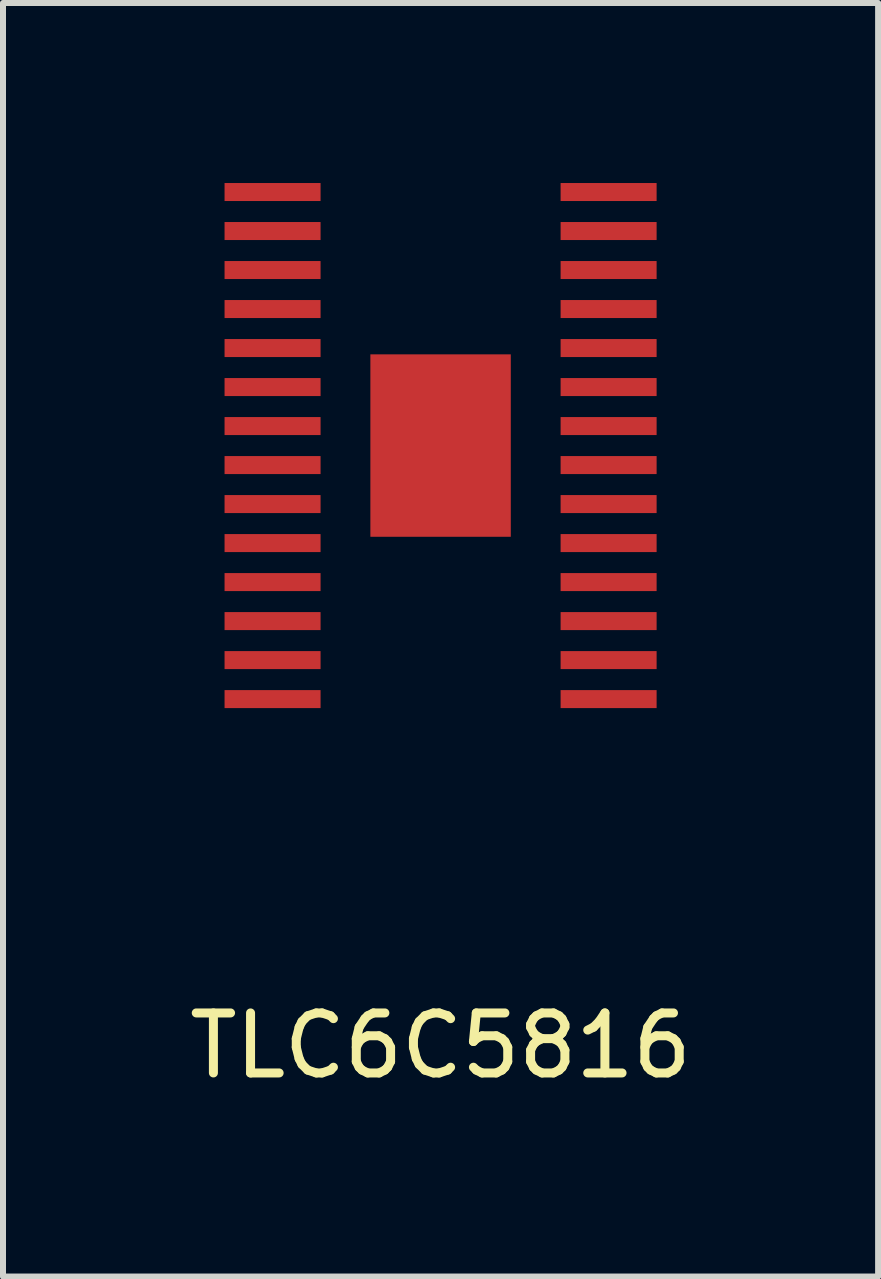
<source format=kicad_pcb>
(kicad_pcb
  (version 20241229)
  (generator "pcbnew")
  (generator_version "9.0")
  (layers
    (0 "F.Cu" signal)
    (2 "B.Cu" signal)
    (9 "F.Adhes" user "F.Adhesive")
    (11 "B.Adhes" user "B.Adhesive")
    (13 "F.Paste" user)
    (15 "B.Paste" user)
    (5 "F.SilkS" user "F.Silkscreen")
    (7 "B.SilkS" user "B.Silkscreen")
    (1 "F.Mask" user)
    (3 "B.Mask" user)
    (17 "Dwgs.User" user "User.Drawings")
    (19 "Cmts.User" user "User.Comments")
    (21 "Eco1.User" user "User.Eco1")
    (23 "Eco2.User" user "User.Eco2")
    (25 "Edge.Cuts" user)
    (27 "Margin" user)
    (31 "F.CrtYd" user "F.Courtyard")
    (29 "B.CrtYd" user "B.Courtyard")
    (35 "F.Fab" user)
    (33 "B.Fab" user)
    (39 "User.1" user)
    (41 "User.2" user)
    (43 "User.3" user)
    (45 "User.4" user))
  (footprint "TLC6C5816"
    (layer "F.Cu")
    (at 4.292 4.375)
    (property "Reference" "TLC6C5816" (at 0 10 0) (layer "F.SilkS") (effects (font (size 1 1) (thickness 0.15))))
    (attr through_hole)
    (pad "1" smd rect (at -2.8 -4.225) (size 1.6 0.3) (layers "F.Cu" "F.Mask" "F.Paste"))
    (pad "2" smd rect (at -2.8 -3.575) (size 1.6 0.3) (layers "F.Cu" "F.Mask" "F.Paste"))
    (pad "3" smd rect (at -2.8 -2.925) (size 1.6 0.3) (layers "F.Cu" "F.Mask" "F.Paste"))
    (pad "4" smd rect (at -2.8 -2.275) (size 1.6 0.3) (layers "F.Cu" "F.Mask" "F.Paste"))
    (pad "5" smd rect (at -2.8 -1.625) (size 1.6 0.3) (layers "F.Cu" "F.Mask" "F.Paste"))
    (pad "6" smd rect (at -2.8 -0.975) (size 1.6 0.3) (layers "F.Cu" "F.Mask" "F.Paste"))
    (pad "7" smd rect (at -2.8 -0.325) (size 1.6 0.3) (layers "F.Cu" "F.Mask" "F.Paste"))
    (pad "8" smd rect (at -2.8 0.325) (size 1.6 0.3) (layers "F.Cu" "F.Mask" "F.Paste"))
    (pad "9" smd rect (at -2.8 0.975) (size 1.6 0.3) (layers "F.Cu" "F.Mask" "F.Paste"))
    (pad "10" smd rect (at -2.8 1.625) (size 1.6 0.3) (layers "F.Cu" "F.Mask" "F.Paste"))
    (pad "11" smd rect (at -2.8 2.275) (size 1.6 0.3) (layers "F.Cu" "F.Mask" "F.Paste"))
    (pad "12" smd rect (at -2.8 2.925) (size 1.6 0.3) (layers "F.Cu" "F.Mask" "F.Paste"))
    (pad "13" smd rect (at -2.8 3.575) (size 1.6 0.3) (layers "F.Cu" "F.Mask" "F.Paste"))
    (pad "14" smd rect (at -2.8 4.225) (size 1.6 0.3) (layers "F.Cu" "F.Mask" "F.Paste"))
    (pad "15" smd rect (at 2.8 4.225) (size 1.6 0.3) (layers "F.Cu" "F.Mask" "F.Paste"))
    (pad "16" smd rect (at 2.8 3.575) (size 1.6 0.3) (layers "F.Cu" "F.Mask" "F.Paste"))
    (pad "17" smd rect (at 2.8 2.925) (size 1.6 0.3) (layers "F.Cu" "F.Mask" "F.Paste"))
    (pad "18" smd rect (at 2.8 2.275) (size 1.6 0.3) (layers "F.Cu" "F.Mask" "F.Paste"))
    (pad "19" smd rect (at 2.8 1.625) (size 1.6 0.3) (layers "F.Cu" "F.Mask" "F.Paste"))
    (pad "20" smd rect (at 2.8 0.975) (size 1.6 0.3) (layers "F.Cu" "F.Mask" "F.Paste"))
    (pad "21" smd rect (at 2.8 0.325) (size 1.6 0.3) (layers "F.Cu" "F.Mask" "F.Paste"))
    (pad "22" smd rect (at 2.8 -0.325) (size 1.6 0.3) (layers "F.Cu" "F.Mask" "F.Paste"))
    (pad "23" smd rect (at 2.8 -0.975) (size 1.6 0.3) (layers "F.Cu" "F.Mask" "F.Paste"))
    (pad "24" smd rect (at 2.8 -1.625) (size 1.6 0.3) (layers "F.Cu" "F.Mask" "F.Paste"))
    (pad "25" smd rect (at 2.8 -2.275) (size 1.6 0.3) (layers "F.Cu" "F.Mask" "F.Paste"))
    (pad "26" smd rect (at 2.8 -2.925) (size 1.6 0.3) (layers "F.Cu" "F.Mask" "F.Paste"))
    (pad "27" smd rect (at 2.8 -3.575) (size 1.6 0.3) (layers "F.Cu" "F.Mask" "F.Paste"))
    (pad "28" smd rect (at 2.8 -4.225) (size 1.6 0.3) (layers "F.Cu" "F.Mask" "F.Paste"))
    (pad "29" smd rect (at 0 0) (size 2.34 3.04) (layers "F.Cu" "F.Mask" "F.Paste")))
  (gr_rect
    (start -3 -3)
    (end 11.583 18.223)
    (stroke (width 0.1) (type default))
    (fill no)
    (layer "Edge.Cuts")))
</source>
